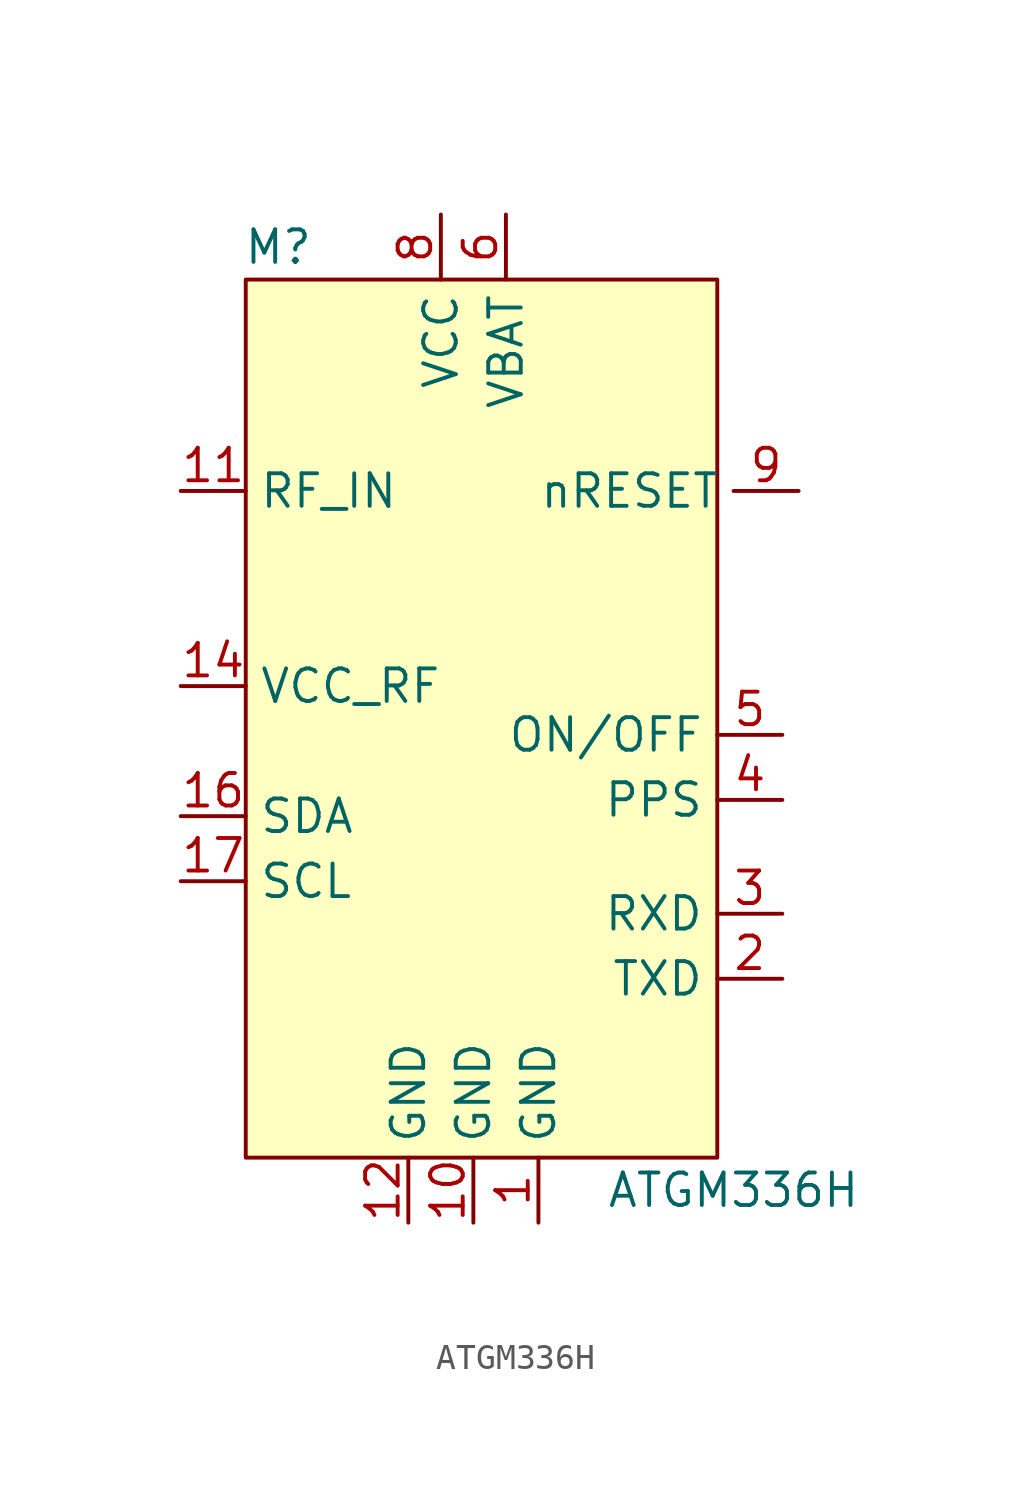
<source format=kicad_sym>
(kicad_symbol_lib
  (version 20220914)
  (generator kicad_symbol_editor)
  (symbol "ATGM336H"
    (property "Reference" "M"
      (at -4.445 33.655 0)
      (effects (font (size 1.27 1.27))))
    (property "Value" "ATGM336H"
      (at 13.335 -3.175 0)
      (effects (font (size 1.27 1.27))))
    (symbol "ATGM336H_1_1"
      (rectangle (start -5.715 32.385) (end 12.7 -1.905) (stroke (width 0) (type default)) (fill (type background)))
      (pin input line (at 5.715 -4.445 90) (length 2.54) (name "GND" (effects (font (size 1.27 1.27)))) (number "1" (effects (font (size 1.27 1.27)))))
      (pin input line (at 3.175 -4.445 90) (length 2.54) (name "GND" (effects (font (size 1.27 1.27)))) (number "10" (effects (font (size 1.27 1.27)))))
      (pin input line (at -8.255 24.13 0) (length 2.54) (name "RF_IN" (effects (font (size 1.27 1.27)))) (number "11" (effects (font (size 1.27 1.27)))))
      (pin input line (at 0.635 -4.445 90) (length 2.54) (name "GND" (effects (font (size 1.27 1.27)))) (number "12" (effects (font (size 1.27 1.27)))))
      (pin input line (at -8.255 13.97 0) (length 2.54) hide (name "NC" (effects (font (size 1.27 1.27)))) (number "13" (effects (font (size 1.27 1.27)))))
      (pin input line (at -8.255 16.51 0) (length 2.54) (name "VCC_RF" (effects (font (size 1.27 1.27)))) (number "14" (effects (font (size 1.27 1.27)))))
      (pin input line (at -8.255 5.715 0) (length 2.54) hide (name "RES" (effects (font (size 1.27 1.27)))) (number "15" (effects (font (size 1.27 1.27)))))
      (pin input line (at -8.255 11.43 0) (length 2.54) (name "SDA" (effects (font (size 1.27 1.27)))) (number "16" (effects (font (size 1.27 1.27)))))
      (pin input line (at -8.255 8.89 0) (length 2.54) (name "SCL" (effects (font (size 1.27 1.27)))) (number "17" (effects (font (size 1.27 1.27)))))
      (pin input line (at -8.255 3.175 0) (length 2.54) hide (name "RES" (effects (font (size 1.27 1.27)))) (number "18" (effects (font (size 1.27 1.27)))))
      (pin input line (at 15.24 5.08 180) (length 2.54) (name "TXD" (effects (font (size 1.27 1.27)))) (number "2" (effects (font (size 1.27 1.27)))))
      (pin input line (at 15.24 7.62 180) (length 2.54) (name "RXD" (effects (font (size 1.27 1.27)))) (number "3" (effects (font (size 1.27 1.27)))))
      (pin input line (at 15.24 12.065 180) (length 2.54) (name "PPS" (effects (font (size 1.27 1.27)))) (number "4" (effects (font (size 1.27 1.27)))))
      (pin input line (at 15.24 14.605 180) (length 2.54) (name "ON/OFF" (effects (font (size 1.27 1.27)))) (number "5" (effects (font (size 1.27 1.27)))))
      (pin input line (at 4.445 34.925 270) (length 2.54) (name "VBAT" (effects (font (size 1.27 1.27)))) (number "6" (effects (font (size 1.27 1.27)))))
      (pin input line (at -8.255 20.955 0) (length 2.54) hide (name "NC" (effects (font (size 1.27 1.27)))) (number "7" (effects (font (size 1.27 1.27)))))
      (pin input line (at 1.905 34.925 270) (length 2.54) (name "VCC" (effects (font (size 1.27 1.27)))) (number "8" (effects (font (size 1.27 1.27)))))
      (pin input line (at 15.875 24.13 180) (length 2.54) (name "nRESET" (effects (font (size 1.27 1.27)))) (number "9" (effects (font (size 1.27 1.27))))))))
</source>
